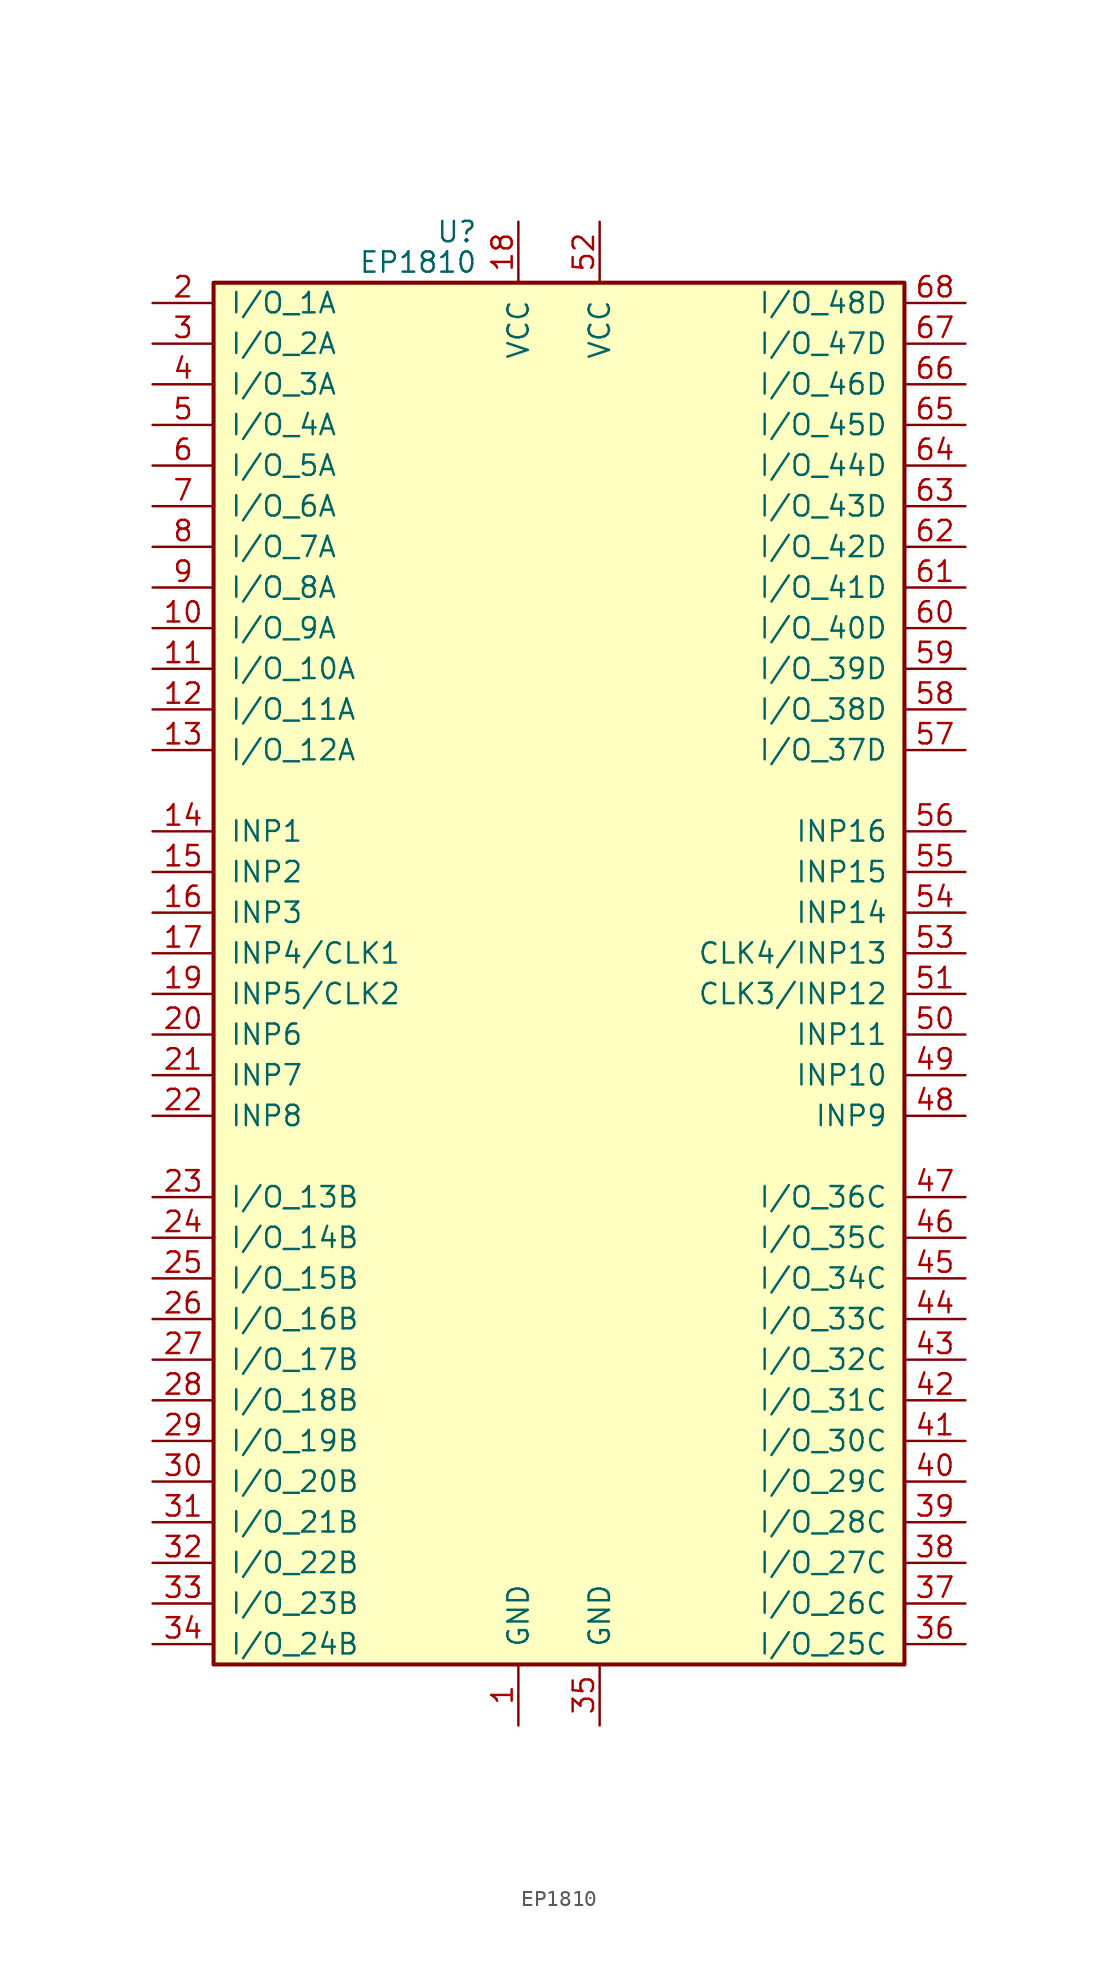
<source format=kicad_sym>
(kicad_symbol_lib
  (version 20211014)
  (generator kicad_symbol_editor)
  (symbol "EP1810"
    (pin_names
      (offset 1.016))
    (property "Reference" "U"
      (at -5.08 47.625 0)
      (effects (font (size 1.27 1.27)) (justify right)))
    (property "Value" "EP1810"
      (at -5.08 45.72 0)
      (effects (font (size 1.27 1.27)) (justify right)))
    (symbol "EP1810_0_1"
      (rectangle (start -21.59 -41.91) (end 21.59 44.45) (stroke (width 0.254) (type default) (color 0 0 0 0)) (fill (type background))))
    (symbol "EP1810_1_1"
      (pin power_in line (at -2.54 -45.72 90) (length 3.81) (name "GND" (effects (font (size 1.27 1.27)))) (number "1" (effects (font (size 1.27 1.27)))))
      (pin input line (at -25.4 22.86 0) (length 3.81) (name "I/O_9A" (effects (font (size 1.27 1.27)))) (number "10" (effects (font (size 1.27 1.27)))))
      (pin input line (at -25.4 20.32 0) (length 3.81) (name "I/O_10A" (effects (font (size 1.27 1.27)))) (number "11" (effects (font (size 1.27 1.27)))))
      (pin input line (at -25.4 17.78 0) (length 3.81) (name "I/O_11A" (effects (font (size 1.27 1.27)))) (number "12" (effects (font (size 1.27 1.27)))))
      (pin input line (at -25.4 15.24 0) (length 3.81) (name "I/O_12A" (effects (font (size 1.27 1.27)))) (number "13" (effects (font (size 1.27 1.27)))))
      (pin input line (at -25.4 10.16 0) (length 3.81) (name "INP1" (effects (font (size 1.27 1.27)))) (number "14" (effects (font (size 1.27 1.27)))))
      (pin input line (at -25.4 7.62 0) (length 3.81) (name "INP2" (effects (font (size 1.27 1.27)))) (number "15" (effects (font (size 1.27 1.27)))))
      (pin input line (at -25.4 5.08 0) (length 3.81) (name "INP3" (effects (font (size 1.27 1.27)))) (number "16" (effects (font (size 1.27 1.27)))))
      (pin input line (at -25.4 2.54 0) (length 3.81) (name "INP4/CLK1" (effects (font (size 1.27 1.27)))) (number "17" (effects (font (size 1.27 1.27)))))
      (pin power_in line (at -2.54 48.26 270) (length 3.81) (name "VCC" (effects (font (size 1.27 1.27)))) (number "18" (effects (font (size 1.27 1.27)))))
      (pin input line (at -25.4 0 0) (length 3.81) (name "INP5/CLK2" (effects (font (size 1.27 1.27)))) (number "19" (effects (font (size 1.27 1.27)))))
      (pin input line (at -25.4 43.18 0) (length 3.81) (name "I/O_1A" (effects (font (size 1.27 1.27)))) (number "2" (effects (font (size 1.27 1.27)))))
      (pin input line (at -25.4 -2.54 0) (length 3.81) (name "INP6" (effects (font (size 1.27 1.27)))) (number "20" (effects (font (size 1.27 1.27)))))
      (pin input line (at -25.4 -5.08 0) (length 3.81) (name "INP7" (effects (font (size 1.27 1.27)))) (number "21" (effects (font (size 1.27 1.27)))))
      (pin input line (at -25.4 -7.62 0) (length 3.81) (name "INP8" (effects (font (size 1.27 1.27)))) (number "22" (effects (font (size 1.27 1.27)))))
      (pin input line (at -25.4 -12.7 0) (length 3.81) (name "I/O_13B" (effects (font (size 1.27 1.27)))) (number "23" (effects (font (size 1.27 1.27)))))
      (pin input line (at -25.4 -15.24 0) (length 3.81) (name "I/O_14B" (effects (font (size 1.27 1.27)))) (number "24" (effects (font (size 1.27 1.27)))))
      (pin input line (at -25.4 -17.78 0) (length 3.81) (name "I/O_15B" (effects (font (size 1.27 1.27)))) (number "25" (effects (font (size 1.27 1.27)))))
      (pin input line (at -25.4 -20.32 0) (length 3.81) (name "I/O_16B" (effects (font (size 1.27 1.27)))) (number "26" (effects (font (size 1.27 1.27)))))
      (pin input line (at -25.4 -22.86 0) (length 3.81) (name "I/O_17B" (effects (font (size 1.27 1.27)))) (number "27" (effects (font (size 1.27 1.27)))))
      (pin input line (at -25.4 -25.4 0) (length 3.81) (name "I/O_18B" (effects (font (size 1.27 1.27)))) (number "28" (effects (font (size 1.27 1.27)))))
      (pin input line (at -25.4 -27.94 0) (length 3.81) (name "I/O_19B" (effects (font (size 1.27 1.27)))) (number "29" (effects (font (size 1.27 1.27)))))
      (pin input line (at -25.4 40.64 0) (length 3.81) (name "I/O_2A" (effects (font (size 1.27 1.27)))) (number "3" (effects (font (size 1.27 1.27)))))
      (pin input line (at -25.4 -30.48 0) (length 3.81) (name "I/O_20B" (effects (font (size 1.27 1.27)))) (number "30" (effects (font (size 1.27 1.27)))))
      (pin input line (at -25.4 -33.02 0) (length 3.81) (name "I/O_21B" (effects (font (size 1.27 1.27)))) (number "31" (effects (font (size 1.27 1.27)))))
      (pin input line (at -25.4 -35.56 0) (length 3.81) (name "I/O_22B" (effects (font (size 1.27 1.27)))) (number "32" (effects (font (size 1.27 1.27)))))
      (pin input line (at -25.4 -38.1 0) (length 3.81) (name "I/O_23B" (effects (font (size 1.27 1.27)))) (number "33" (effects (font (size 1.27 1.27)))))
      (pin input line (at -25.4 -40.64 0) (length 3.81) (name "I/O_24B" (effects (font (size 1.27 1.27)))) (number "34" (effects (font (size 1.27 1.27)))))
      (pin power_in line (at 2.54 -45.72 90) (length 3.81) (name "GND" (effects (font (size 1.27 1.27)))) (number "35" (effects (font (size 1.27 1.27)))))
      (pin input line (at 25.4 -40.64 180) (length 3.81) (name "I/O_25C" (effects (font (size 1.27 1.27)))) (number "36" (effects (font (size 1.27 1.27)))))
      (pin input line (at 25.4 -38.1 180) (length 3.81) (name "I/O_26C" (effects (font (size 1.27 1.27)))) (number "37" (effects (font (size 1.27 1.27)))))
      (pin input line (at 25.4 -35.56 180) (length 3.81) (name "I/O_27C" (effects (font (size 1.27 1.27)))) (number "38" (effects (font (size 1.27 1.27)))))
      (pin input line (at 25.4 -33.02 180) (length 3.81) (name "I/O_28C" (effects (font (size 1.27 1.27)))) (number "39" (effects (font (size 1.27 1.27)))))
      (pin input line (at -25.4 38.1 0) (length 3.81) (name "I/O_3A" (effects (font (size 1.27 1.27)))) (number "4" (effects (font (size 1.27 1.27)))))
      (pin input line (at 25.4 -30.48 180) (length 3.81) (name "I/O_29C" (effects (font (size 1.27 1.27)))) (number "40" (effects (font (size 1.27 1.27)))))
      (pin input line (at 25.4 -27.94 180) (length 3.81) (name "I/O_30C" (effects (font (size 1.27 1.27)))) (number "41" (effects (font (size 1.27 1.27)))))
      (pin input line (at 25.4 -25.4 180) (length 3.81) (name "I/O_31C" (effects (font (size 1.27 1.27)))) (number "42" (effects (font (size 1.27 1.27)))))
      (pin input line (at 25.4 -22.86 180) (length 3.81) (name "I/O_32C" (effects (font (size 1.27 1.27)))) (number "43" (effects (font (size 1.27 1.27)))))
      (pin input line (at 25.4 -20.32 180) (length 3.81) (name "I/O_33C" (effects (font (size 1.27 1.27)))) (number "44" (effects (font (size 1.27 1.27)))))
      (pin input line (at 25.4 -17.78 180) (length 3.81) (name "I/O_34C" (effects (font (size 1.27 1.27)))) (number "45" (effects (font (size 1.27 1.27)))))
      (pin input line (at 25.4 -15.24 180) (length 3.81) (name "I/O_35C" (effects (font (size 1.27 1.27)))) (number "46" (effects (font (size 1.27 1.27)))))
      (pin input line (at 25.4 -12.7 180) (length 3.81) (name "I/O_36C" (effects (font (size 1.27 1.27)))) (number "47" (effects (font (size 1.27 1.27)))))
      (pin input line (at 25.4 -7.62 180) (length 3.81) (name "INP9" (effects (font (size 1.27 1.27)))) (number "48" (effects (font (size 1.27 1.27)))))
      (pin input line (at 25.4 -5.08 180) (length 3.81) (name "INP10" (effects (font (size 1.27 1.27)))) (number "49" (effects (font (size 1.27 1.27)))))
      (pin input line (at -25.4 35.56 0) (length 3.81) (name "I/O_4A" (effects (font (size 1.27 1.27)))) (number "5" (effects (font (size 1.27 1.27)))))
      (pin input line (at 25.4 -2.54 180) (length 3.81) (name "INP11" (effects (font (size 1.27 1.27)))) (number "50" (effects (font (size 1.27 1.27)))))
      (pin input line (at 25.4 0 180) (length 3.81) (name "CLK3/INP12" (effects (font (size 1.27 1.27)))) (number "51" (effects (font (size 1.27 1.27)))))
      (pin power_in line (at 2.54 48.26 270) (length 3.81) (name "VCC" (effects (font (size 1.27 1.27)))) (number "52" (effects (font (size 1.27 1.27)))))
      (pin input line (at 25.4 2.54 180) (length 3.81) (name "CLK4/INP13" (effects (font (size 1.27 1.27)))) (number "53" (effects (font (size 1.27 1.27)))))
      (pin input line (at 25.4 5.08 180) (length 3.81) (name "INP14" (effects (font (size 1.27 1.27)))) (number "54" (effects (font (size 1.27 1.27)))))
      (pin input line (at 25.4 7.62 180) (length 3.81) (name "INP15" (effects (font (size 1.27 1.27)))) (number "55" (effects (font (size 1.27 1.27)))))
      (pin input line (at 25.4 10.16 180) (length 3.81) (name "INP16" (effects (font (size 1.27 1.27)))) (number "56" (effects (font (size 1.27 1.27)))))
      (pin input line (at 25.4 15.24 180) (length 3.81) (name "I/O_37D" (effects (font (size 1.27 1.27)))) (number "57" (effects (font (size 1.27 1.27)))))
      (pin input line (at 25.4 17.78 180) (length 3.81) (name "I/O_38D" (effects (font (size 1.27 1.27)))) (number "58" (effects (font (size 1.27 1.27)))))
      (pin input line (at 25.4 20.32 180) (length 3.81) (name "I/O_39D" (effects (font (size 1.27 1.27)))) (number "59" (effects (font (size 1.27 1.27)))))
      (pin input line (at -25.4 33.02 0) (length 3.81) (name "I/O_5A" (effects (font (size 1.27 1.27)))) (number "6" (effects (font (size 1.27 1.27)))))
      (pin input line (at 25.4 22.86 180) (length 3.81) (name "I/O_40D" (effects (font (size 1.27 1.27)))) (number "60" (effects (font (size 1.27 1.27)))))
      (pin input line (at 25.4 25.4 180) (length 3.81) (name "I/O_41D" (effects (font (size 1.27 1.27)))) (number "61" (effects (font (size 1.27 1.27)))))
      (pin input line (at 25.4 27.94 180) (length 3.81) (name "I/O_42D" (effects (font (size 1.27 1.27)))) (number "62" (effects (font (size 1.27 1.27)))))
      (pin input line (at 25.4 30.48 180) (length 3.81) (name "I/O_43D" (effects (font (size 1.27 1.27)))) (number "63" (effects (font (size 1.27 1.27)))))
      (pin input line (at 25.4 33.02 180) (length 3.81) (name "I/O_44D" (effects (font (size 1.27 1.27)))) (number "64" (effects (font (size 1.27 1.27)))))
      (pin input line (at 25.4 35.56 180) (length 3.81) (name "I/O_45D" (effects (font (size 1.27 1.27)))) (number "65" (effects (font (size 1.27 1.27)))))
      (pin input line (at 25.4 38.1 180) (length 3.81) (name "I/O_46D" (effects (font (size 1.27 1.27)))) (number "66" (effects (font (size 1.27 1.27)))))
      (pin input line (at 25.4 40.64 180) (length 3.81) (name "I/O_47D" (effects (font (size 1.27 1.27)))) (number "67" (effects (font (size 1.27 1.27)))))
      (pin input line (at 25.4 43.18 180) (length 3.81) (name "I/O_48D" (effects (font (size 1.27 1.27)))) (number "68" (effects (font (size 1.27 1.27)))))
      (pin input line (at -25.4 30.48 0) (length 3.81) (name "I/O_6A" (effects (font (size 1.27 1.27)))) (number "7" (effects (font (size 1.27 1.27)))))
      (pin input line (at -25.4 27.94 0) (length 3.81) (name "I/O_7A" (effects (font (size 1.27 1.27)))) (number "8" (effects (font (size 1.27 1.27)))))
      (pin input line (at -25.4 25.4 0) (length 3.81) (name "I/O_8A" (effects (font (size 1.27 1.27)))) (number "9" (effects (font (size 1.27 1.27))))))))
</source>
